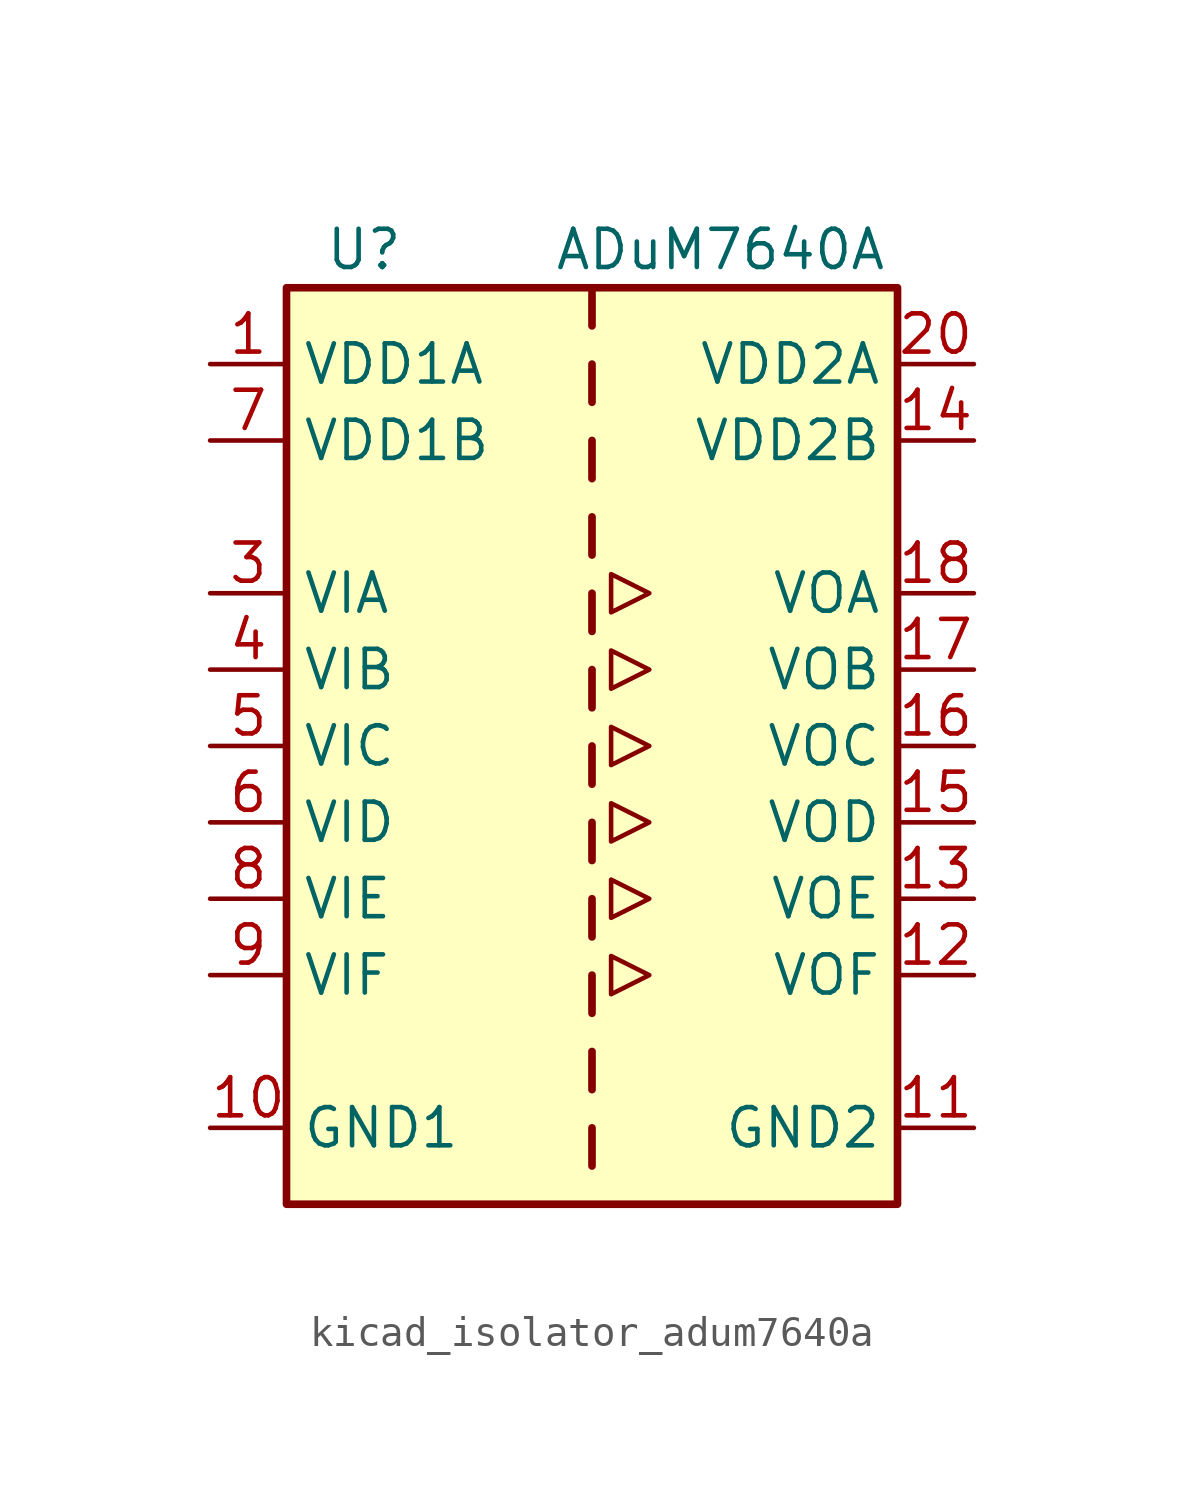
<source format=kicad_sym>
(kicad_symbol_lib
  (version 20220914)
  (generator kicad_symbol_editor)
  (symbol "kicad_isolator_adum7640a"
    (property "Reference" "U"
      (at -8.89 16.51 0)
      (effects (font (size 1.27 1.27)) (justify left)))
    (property "Value" "ADuM7640A"
      (at -1.27 16.51 0)
      (effects (font (size 1.27 1.27)) (justify left)))
    (symbol "kicad_isolator_adum7640a_0_1"
      (polyline (pts (xy 0.635 -6.985) (xy 0.635 -8.255) (xy 1.905 -7.62) (xy 0.635 -6.985)) (stroke (width 0) (type default)) (fill (type none)))
      (polyline (pts (xy 0.635 3.175) (xy 0.635 1.905) (xy 1.905 2.54) (xy 0.635 3.175)) (stroke (width 0) (type default)) (fill (type none)))
      (polyline (pts (xy 0.635 5.715) (xy 0.635 4.445) (xy 1.905 5.08) (xy 0.635 5.715)) (stroke (width 0) (type default)) (fill (type none)))
      (polyline (pts (xy 1.905 -5.08) (xy 0.635 -4.445) (xy 0.635 -5.715) (xy 1.905 -5.08)) (stroke (width 0) (type default)) (fill (type none)))
      (polyline (pts (xy 1.905 -2.54) (xy 0.635 -1.905) (xy 0.635 -3.175) (xy 1.905 -2.54)) (stroke (width 0) (type default)) (fill (type none)))
      (polyline (pts (xy 1.905 0) (xy 0.635 -0.635) (xy 0.635 0.635) (xy 1.905 0)) (stroke (width 0) (type default)) (fill (type none))))
    (symbol "kicad_isolator_adum7640a_1_1"
      (rectangle (start -10.16 15.24) (end 10.16 -15.24) (stroke (width 0.254) (type default)) (fill (type background)))
      (polyline (pts (xy 0 -12.7) (xy 0 -13.97)) (stroke (width 0.254) (type default)) (fill (type none)))
      (polyline (pts (xy 0 -10.16) (xy 0 -11.43)) (stroke (width 0.254) (type default)) (fill (type none)))
      (polyline (pts (xy 0 -7.62) (xy 0 -8.89)) (stroke (width 0.254) (type default)) (fill (type none)))
      (polyline (pts (xy 0 -5.08) (xy 0 -6.35)) (stroke (width 0.254) (type default)) (fill (type none)))
      (polyline (pts (xy 0 -2.54) (xy 0 -3.81)) (stroke (width 0.254) (type default)) (fill (type none)))
      (polyline (pts (xy 0 0) (xy 0 -1.27)) (stroke (width 0.254) (type default)) (fill (type none)))
      (polyline (pts (xy 0 2.54) (xy 0 1.27)) (stroke (width 0.254) (type default)) (fill (type none)))
      (polyline (pts (xy 0 5.08) (xy 0 3.81)) (stroke (width 0.254) (type default)) (fill (type none)))
      (polyline (pts (xy 0 7.62) (xy 0 6.35)) (stroke (width 0.254) (type default)) (fill (type none)))
      (polyline (pts (xy 0 10.16) (xy 0 8.89)) (stroke (width 0.254) (type default)) (fill (type none)))
      (polyline (pts (xy 0 12.7) (xy 0 11.43)) (stroke (width 0.254) (type default)) (fill (type none)))
      (polyline (pts (xy 0 15.24) (xy 0 13.97)) (stroke (width 0.254) (type default)) (fill (type none)))
      (pin power_in line (at -12.7 12.7 0) (length 2.54) (name "VDD1A" (effects (font (size 1.27 1.27)))) (number "1" (effects (font (size 1.27 1.27)))))
      (pin power_in line (at -12.7 -12.7 0) (length 2.54) (name "GND1" (effects (font (size 1.27 1.27)))) (number "10" (effects (font (size 1.27 1.27)))))
      (pin power_in line (at 12.7 -12.7 180) (length 2.54) (name "GND2" (effects (font (size 1.27 1.27)))) (number "11" (effects (font (size 1.27 1.27)))))
      (pin output line (at 12.7 -7.62 180) (length 2.54) (name "VOF" (effects (font (size 1.27 1.27)))) (number "12" (effects (font (size 1.27 1.27)))))
      (pin output line (at 12.7 -5.08 180) (length 2.54) (name "VOE" (effects (font (size 1.27 1.27)))) (number "13" (effects (font (size 1.27 1.27)))))
      (pin power_in line (at 12.7 10.16 180) (length 2.54) (name "VDD2B" (effects (font (size 1.27 1.27)))) (number "14" (effects (font (size 1.27 1.27)))))
      (pin output line (at 12.7 -2.54 180) (length 2.54) (name "VOD" (effects (font (size 1.27 1.27)))) (number "15" (effects (font (size 1.27 1.27)))))
      (pin output line (at 12.7 0 180) (length 2.54) (name "VOC" (effects (font (size 1.27 1.27)))) (number "16" (effects (font (size 1.27 1.27)))))
      (pin output line (at 12.7 2.54 180) (length 2.54) (name "VOB" (effects (font (size 1.27 1.27)))) (number "17" (effects (font (size 1.27 1.27)))))
      (pin output line (at 12.7 5.08 180) (length 2.54) (name "VOA" (effects (font (size 1.27 1.27)))) (number "18" (effects (font (size 1.27 1.27)))))
      (pin passive line (at 12.7 -12.7 180) (length 2.54) hide (name "GND2" (effects (font (size 1.27 1.27)))) (number "19" (effects (font (size 1.27 1.27)))))
      (pin passive line (at -12.7 -12.7 0) (length 2.54) hide (name "GND1" (effects (font (size 1.27 1.27)))) (number "2" (effects (font (size 1.27 1.27)))))
      (pin power_in line (at 12.7 12.7 180) (length 2.54) (name "VDD2A" (effects (font (size 1.27 1.27)))) (number "20" (effects (font (size 1.27 1.27)))))
      (pin input line (at -12.7 5.08 0) (length 2.54) (name "VIA" (effects (font (size 1.27 1.27)))) (number "3" (effects (font (size 1.27 1.27)))))
      (pin input line (at -12.7 2.54 0) (length 2.54) (name "VIB" (effects (font (size 1.27 1.27)))) (number "4" (effects (font (size 1.27 1.27)))))
      (pin input line (at -12.7 0 0) (length 2.54) (name "VIC" (effects (font (size 1.27 1.27)))) (number "5" (effects (font (size 1.27 1.27)))))
      (pin input line (at -12.7 -2.54 0) (length 2.54) (name "VID" (effects (font (size 1.27 1.27)))) (number "6" (effects (font (size 1.27 1.27)))))
      (pin power_in line (at -12.7 10.16 0) (length 2.54) (name "VDD1B" (effects (font (size 1.27 1.27)))) (number "7" (effects (font (size 1.27 1.27)))))
      (pin input line (at -12.7 -5.08 0) (length 2.54) (name "VIE" (effects (font (size 1.27 1.27)))) (number "8" (effects (font (size 1.27 1.27)))))
      (pin input line (at -12.7 -7.62 0) (length 2.54) (name "VIF" (effects (font (size 1.27 1.27)))) (number "9" (effects (font (size 1.27 1.27))))))))
</source>
